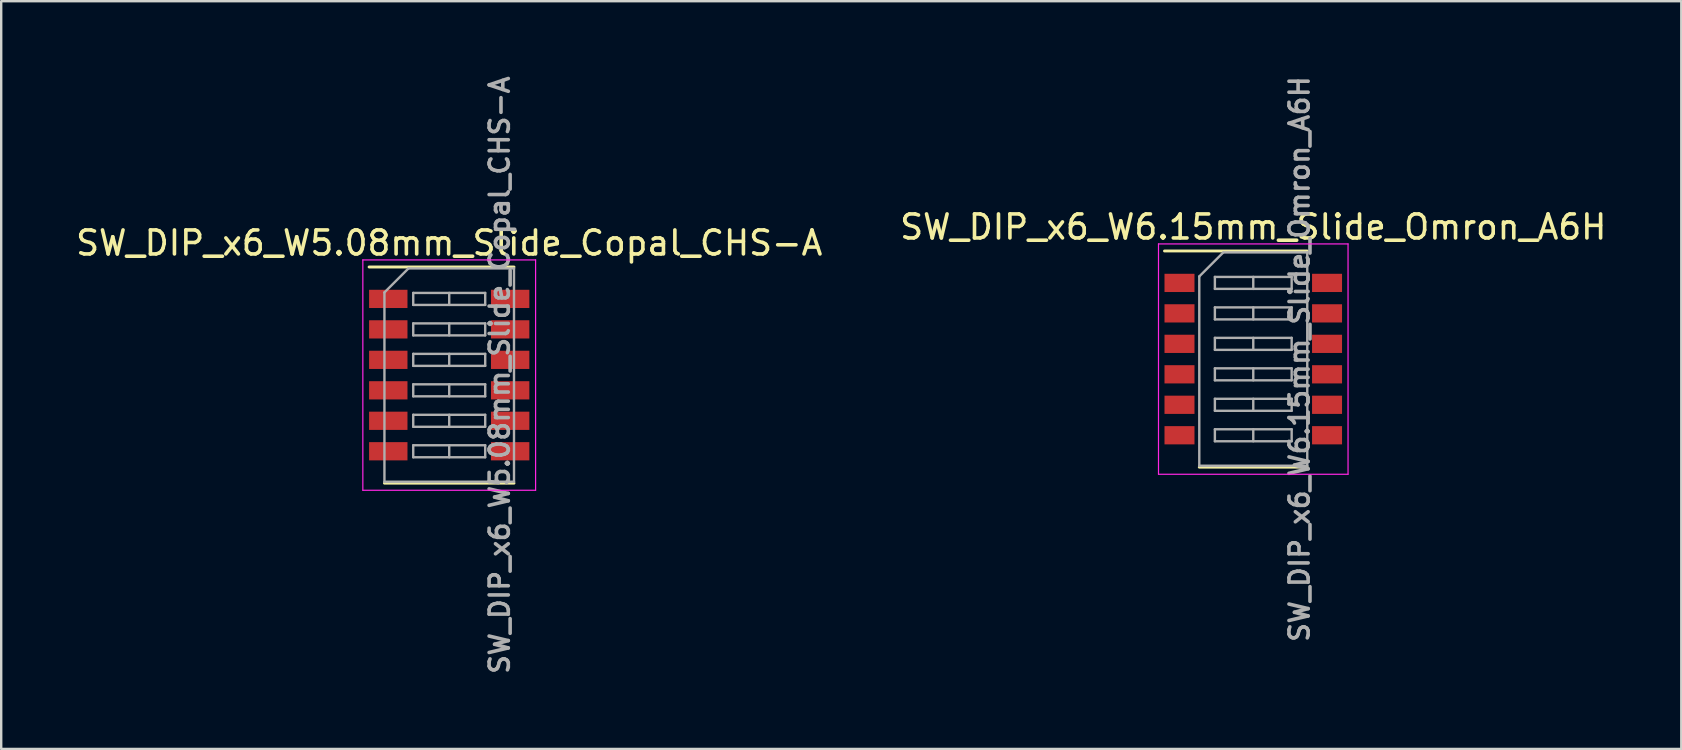
<source format=kicad_pcb>
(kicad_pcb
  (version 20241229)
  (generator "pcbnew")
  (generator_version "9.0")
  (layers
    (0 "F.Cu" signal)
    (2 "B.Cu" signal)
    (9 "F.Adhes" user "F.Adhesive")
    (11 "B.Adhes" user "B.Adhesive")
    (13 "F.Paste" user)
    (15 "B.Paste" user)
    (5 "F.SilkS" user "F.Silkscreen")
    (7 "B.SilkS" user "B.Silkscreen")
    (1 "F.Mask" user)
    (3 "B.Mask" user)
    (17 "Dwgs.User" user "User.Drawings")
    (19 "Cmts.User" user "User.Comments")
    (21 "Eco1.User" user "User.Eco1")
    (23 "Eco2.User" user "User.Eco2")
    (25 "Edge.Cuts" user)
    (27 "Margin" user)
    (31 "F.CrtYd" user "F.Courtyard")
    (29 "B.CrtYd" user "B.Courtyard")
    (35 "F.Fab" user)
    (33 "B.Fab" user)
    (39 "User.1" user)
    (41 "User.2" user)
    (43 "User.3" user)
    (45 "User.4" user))
  (footprint "SW_DIP_x6_W5.08mm_Slide_Copal_CHS-A"
    (layer "F.Cu")
    (at 15.673 12.583)
    (property "Reference" "SW_DIP_x6_W5.08mm_Slide_Copal_CHS-A" (at 0 -5.505 0) (layer "F.SilkS") (effects (font (size 1 1) (thickness 0.15))))
    (attr smd)
    (fp_line (start -3.34 -4.505) (end 2.7 -4.505) (stroke (width 0.12) (type solid)) (layer "F.SilkS"))
    (fp_line (start -2.7 4.505) (end 2.7 4.505) (stroke (width 0.12) (type solid)) (layer "F.SilkS"))
    (fp_line (start -3.6 -4.8) (end -3.6 4.8) (stroke (width 0.05) (type solid)) (layer "F.CrtYd"))
    (fp_line (start -3.6 4.8) (end 3.6 4.8) (stroke (width 0.05) (type solid)) (layer "F.CrtYd"))
    (fp_line (start 3.6 -4.8) (end -3.6 -4.8) (stroke (width 0.05) (type solid)) (layer "F.CrtYd"))
    (fp_line (start 3.6 4.8) (end 3.6 -4.8) (stroke (width 0.05) (type solid)) (layer "F.CrtYd"))
    (fp_line (start -2.7 -3.445) (end -1.7 -4.445) (stroke (width 0.1) (type solid)) (layer "F.Fab"))
    (fp_line (start -2.7 4.445) (end -2.7 -3.445) (stroke (width 0.1) (type solid)) (layer "F.Fab"))
    (fp_line (start -1.7 -4.445) (end 2.7 -4.445) (stroke (width 0.1) (type solid)) (layer "F.Fab"))
    (fp_line (start -1.5 -3.425) (end -1.5 -2.925) (stroke (width 0.1) (type solid)) (layer "F.Fab"))
    (fp_line (start -1.5 -2.925) (end 1.5 -2.925) (stroke (width 0.1) (type solid)) (layer "F.Fab"))
    (fp_line (start -1.5 -2.155) (end -1.5 -1.655) (stroke (width 0.1) (type solid)) (layer "F.Fab"))
    (fp_line (start -1.5 -1.655) (end 1.5 -1.655) (stroke (width 0.1) (type solid)) (layer "F.Fab"))
    (fp_line (start -1.5 -0.885) (end -1.5 -0.385) (stroke (width 0.1) (type solid)) (layer "F.Fab"))
    (fp_line (start -1.5 -0.385) (end 1.5 -0.385) (stroke (width 0.1) (type solid)) (layer "F.Fab"))
    (fp_line (start -1.5 0.385) (end -1.5 0.885) (stroke (width 0.1) (type solid)) (layer "F.Fab"))
    (fp_line (start -1.5 0.885) (end 1.5 0.885) (stroke (width 0.1) (type solid)) (layer "F.Fab"))
    (fp_line (start -1.5 1.655) (end -1.5 2.155) (stroke (width 0.1) (type solid)) (layer "F.Fab"))
    (fp_line (start -1.5 2.155) (end 1.5 2.155) (stroke (width 0.1) (type solid)) (layer "F.Fab"))
    (fp_line (start -1.5 2.925) (end -1.5 3.425) (stroke (width 0.1) (type solid)) (layer "F.Fab"))
    (fp_line (start -1.5 3.425) (end 1.5 3.425) (stroke (width 0.1) (type solid)) (layer "F.Fab"))
    (fp_line (start 0 -3.425) (end 0 -2.925) (stroke (width 0.1) (type solid)) (layer "F.Fab"))
    (fp_line (start 0 -2.155) (end 0 -1.655) (stroke (width 0.1) (type solid)) (layer "F.Fab"))
    (fp_line (start 0 -0.885) (end 0 -0.385) (stroke (width 0.1) (type solid)) (layer "F.Fab"))
    (fp_line (start 0 0.385) (end 0 0.885) (stroke (width 0.1) (type solid)) (layer "F.Fab"))
    (fp_line (start 0 1.655) (end 0 2.155) (stroke (width 0.1) (type solid)) (layer "F.Fab"))
    (fp_line (start 0 2.925) (end 0 3.425) (stroke (width 0.1) (type solid)) (layer "F.Fab"))
    (fp_line (start 1.5 -3.425) (end -1.5 -3.425) (stroke (width 0.1) (type solid)) (layer "F.Fab"))
    (fp_line (start 1.5 -2.925) (end 1.5 -3.425) (stroke (width 0.1) (type solid)) (layer "F.Fab"))
    (fp_line (start 1.5 -2.155) (end -1.5 -2.155) (stroke (width 0.1) (type solid)) (layer "F.Fab"))
    (fp_line (start 1.5 -1.655) (end 1.5 -2.155) (stroke (width 0.1) (type solid)) (layer "F.Fab"))
    (fp_line (start 1.5 -0.885) (end -1.5 -0.885) (stroke (width 0.1) (type solid)) (layer "F.Fab"))
    (fp_line (start 1.5 -0.385) (end 1.5 -0.885) (stroke (width 0.1) (type solid)) (layer "F.Fab"))
    (fp_line (start 1.5 0.385) (end -1.5 0.385) (stroke (width 0.1) (type solid)) (layer "F.Fab"))
    (fp_line (start 1.5 0.885) (end 1.5 0.385) (stroke (width 0.1) (type solid)) (layer "F.Fab"))
    (fp_line (start 1.5 1.655) (end -1.5 1.655) (stroke (width 0.1) (type solid)) (layer "F.Fab"))
    (fp_line (start 1.5 2.155) (end 1.5 1.655) (stroke (width 0.1) (type solid)) (layer "F.Fab"))
    (fp_line (start 1.5 2.925) (end -1.5 2.925) (stroke (width 0.1) (type solid)) (layer "F.Fab"))
    (fp_line (start 1.5 3.425) (end 1.5 2.925) (stroke (width 0.1) (type solid)) (layer "F.Fab"))
    (fp_line (start 2.7 -4.445) (end 2.7 4.445) (stroke (width 0.1) (type solid)) (layer "F.Fab"))
    (fp_line (start 2.7 4.445) (end -2.7 4.445) (stroke (width 0.1) (type solid)) (layer "F.Fab"))
    (fp_text user "${REFERENCE}" (at 2.1 0 90) (layer "F.Fab") (effects (font (size 0.8 0.8) (thickness 0.15))))
    (pad "1" smd rect (at -2.54 -3.175) (size 1.6 0.76) (layers "F.Cu" "F.Mask" "F.Paste"))
    (pad "2" smd rect (at -2.54 -1.905) (size 1.6 0.76) (layers "F.Cu" "F.Mask" "F.Paste"))
    (pad "3" smd rect (at -2.54 -0.635) (size 1.6 0.76) (layers "F.Cu" "F.Mask" "F.Paste"))
    (pad "4" smd rect (at -2.54 0.635) (size 1.6 0.76) (layers "F.Cu" "F.Mask" "F.Paste"))
    (pad "5" smd rect (at -2.54 1.905) (size 1.6 0.76) (layers "F.Cu" "F.Mask" "F.Paste"))
    (pad "6" smd rect (at -2.54 3.175) (size 1.6 0.76) (layers "F.Cu" "F.Mask" "F.Paste"))
    (pad "7" smd rect (at 2.54 3.175) (size 1.6 0.76) (layers "F.Cu" "F.Mask" "F.Paste"))
    (pad "8" smd rect (at 2.54 1.905) (size 1.6 0.76) (layers "F.Cu" "F.Mask" "F.Paste"))
    (pad "9" smd rect (at 2.54 0.635) (size 1.6 0.76) (layers "F.Cu" "F.Mask" "F.Paste"))
    (pad "10" smd rect (at 2.54 -0.635) (size 1.6 0.76) (layers "F.Cu" "F.Mask" "F.Paste"))
    (pad "11" smd rect (at 2.54 -1.905) (size 1.6 0.76) (layers "F.Cu" "F.Mask" "F.Paste"))
    (pad "12" smd rect (at 2.54 -3.175) (size 1.6 0.76) (layers "F.Cu" "F.Mask" "F.Paste")))
  (footprint "SW_DIP_x6_W6.15mm_Slide_Omron_A6H"
    (layer "F.Cu")
    (at 49.185 11.916)
    (property "Reference" "SW_DIP_x6_W6.15mm_Slide_Omron_A6H" (at 0 -5.505 0) (layer "F.SilkS") (effects (font (size 1 1) (thickness 0.15))))
    (attr smd)
    (fp_line (start -3.7 -4.505) (end 2.25 -4.505) (stroke (width 0.12) (type solid)) (layer "F.SilkS"))
    (fp_line (start -2.25 4.505) (end 2.25 4.505) (stroke (width 0.12) (type solid)) (layer "F.SilkS"))
    (fp_line (start -3.95 -4.8) (end -3.95 4.8) (stroke (width 0.05) (type solid)) (layer "F.CrtYd"))
    (fp_line (start -3.95 4.8) (end 3.95 4.8) (stroke (width 0.05) (type solid)) (layer "F.CrtYd"))
    (fp_line (start 3.95 -4.8) (end -3.95 -4.8) (stroke (width 0.05) (type solid)) (layer "F.CrtYd"))
    (fp_line (start 3.95 4.8) (end 3.95 -4.8) (stroke (width 0.05) (type solid)) (layer "F.CrtYd"))
    (fp_line (start -2.25 -3.445) (end -1.25 -4.445) (stroke (width 0.1) (type solid)) (layer "F.Fab"))
    (fp_line (start -2.25 4.445) (end -2.25 -3.445) (stroke (width 0.1) (type solid)) (layer "F.Fab"))
    (fp_line (start -1.6 -3.425) (end -1.6 -2.925) (stroke (width 0.1) (type solid)) (layer "F.Fab"))
    (fp_line (start -1.6 -2.925) (end 1.6 -2.925) (stroke (width 0.1) (type solid)) (layer "F.Fab"))
    (fp_line (start -1.6 -2.155) (end -1.6 -1.655) (stroke (width 0.1) (type solid)) (layer "F.Fab"))
    (fp_line (start -1.6 -1.655) (end 1.6 -1.655) (stroke (width 0.1) (type solid)) (layer "F.Fab"))
    (fp_line (start -1.6 -0.885) (end -1.6 -0.385) (stroke (width 0.1) (type solid)) (layer "F.Fab"))
    (fp_line (start -1.6 -0.385) (end 1.6 -0.385) (stroke (width 0.1) (type solid)) (layer "F.Fab"))
    (fp_line (start -1.6 0.385) (end -1.6 0.885) (stroke (width 0.1) (type solid)) (layer "F.Fab"))
    (fp_line (start -1.6 0.885) (end 1.6 0.885) (stroke (width 0.1) (type solid)) (layer "F.Fab"))
    (fp_line (start -1.6 1.655) (end -1.6 2.155) (stroke (width 0.1) (type solid)) (layer "F.Fab"))
    (fp_line (start -1.6 2.155) (end 1.6 2.155) (stroke (width 0.1) (type solid)) (layer "F.Fab"))
    (fp_line (start -1.6 2.925) (end -1.6 3.425) (stroke (width 0.1) (type solid)) (layer "F.Fab"))
    (fp_line (start -1.6 3.425) (end 1.6 3.425) (stroke (width 0.1) (type solid)) (layer "F.Fab"))
    (fp_line (start -1.25 -4.445) (end 2.25 -4.445) (stroke (width 0.1) (type solid)) (layer "F.Fab"))
    (fp_line (start 0 -3.425) (end 0 -2.925) (stroke (width 0.1) (type solid)) (layer "F.Fab"))
    (fp_line (start 0 -2.155) (end 0 -1.655) (stroke (width 0.1) (type solid)) (layer "F.Fab"))
    (fp_line (start 0 -0.885) (end 0 -0.385) (stroke (width 0.1) (type solid)) (layer "F.Fab"))
    (fp_line (start 0 0.385) (end 0 0.885) (stroke (width 0.1) (type solid)) (layer "F.Fab"))
    (fp_line (start 0 1.655) (end 0 2.155) (stroke (width 0.1) (type solid)) (layer "F.Fab"))
    (fp_line (start 0 2.925) (end 0 3.425) (stroke (width 0.1) (type solid)) (layer "F.Fab"))
    (fp_line (start 1.6 -3.425) (end -1.6 -3.425) (stroke (width 0.1) (type solid)) (layer "F.Fab"))
    (fp_line (start 1.6 -2.925) (end 1.6 -3.425) (stroke (width 0.1) (type solid)) (layer "F.Fab"))
    (fp_line (start 1.6 -2.155) (end -1.6 -2.155) (stroke (width 0.1) (type solid)) (layer "F.Fab"))
    (fp_line (start 1.6 -1.655) (end 1.6 -2.155) (stroke (width 0.1) (type solid)) (layer "F.Fab"))
    (fp_line (start 1.6 -0.885) (end -1.6 -0.885) (stroke (width 0.1) (type solid)) (layer "F.Fab"))
    (fp_line (start 1.6 -0.385) (end 1.6 -0.885) (stroke (width 0.1) (type solid)) (layer "F.Fab"))
    (fp_line (start 1.6 0.385) (end -1.6 0.385) (stroke (width 0.1) (type solid)) (layer "F.Fab"))
    (fp_line (start 1.6 0.885) (end 1.6 0.385) (stroke (width 0.1) (type solid)) (layer "F.Fab"))
    (fp_line (start 1.6 1.655) (end -1.6 1.655) (stroke (width 0.1) (type solid)) (layer "F.Fab"))
    (fp_line (start 1.6 2.155) (end 1.6 1.655) (stroke (width 0.1) (type solid)) (layer "F.Fab"))
    (fp_line (start 1.6 2.925) (end -1.6 2.925) (stroke (width 0.1) (type solid)) (layer "F.Fab"))
    (fp_line (start 1.6 3.425) (end 1.6 2.925) (stroke (width 0.1) (type solid)) (layer "F.Fab"))
    (fp_line (start 2.25 -4.445) (end 2.25 4.445) (stroke (width 0.1) (type solid)) (layer "F.Fab"))
    (fp_line (start 2.25 4.445) (end -2.25 4.445) (stroke (width 0.1) (type solid)) (layer "F.Fab"))
    (fp_text user "${REFERENCE}" (at 1.925 0 90) (layer "F.Fab") (effects (font (size 0.8 0.8) (thickness 0.15))))
    (pad "1" smd rect (at -3.075 -3.175) (size 1.25 0.76) (layers "F.Cu" "F.Mask" "F.Paste"))
    (pad "2" smd rect (at -3.075 -1.905) (size 1.25 0.76) (layers "F.Cu" "F.Mask" "F.Paste"))
    (pad "3" smd rect (at -3.075 -0.635) (size 1.25 0.76) (layers "F.Cu" "F.Mask" "F.Paste"))
    (pad "4" smd rect (at -3.075 0.635) (size 1.25 0.76) (layers "F.Cu" "F.Mask" "F.Paste"))
    (pad "5" smd rect (at -3.075 1.905) (size 1.25 0.76) (layers "F.Cu" "F.Mask" "F.Paste"))
    (pad "6" smd rect (at -3.075 3.175) (size 1.25 0.76) (layers "F.Cu" "F.Mask" "F.Paste"))
    (pad "7" smd rect (at 3.075 3.175) (size 1.25 0.76) (layers "F.Cu" "F.Mask" "F.Paste"))
    (pad "8" smd rect (at 3.075 1.905) (size 1.25 0.76) (layers "F.Cu" "F.Mask" "F.Paste"))
    (pad "9" smd rect (at 3.075 0.635) (size 1.25 0.76) (layers "F.Cu" "F.Mask" "F.Paste"))
    (pad "10" smd rect (at 3.075 -0.635) (size 1.25 0.76) (layers "F.Cu" "F.Mask" "F.Paste"))
    (pad "11" smd rect (at 3.075 -1.905) (size 1.25 0.76) (layers "F.Cu" "F.Mask" "F.Paste"))
    (pad "12" smd rect (at 3.075 -3.175) (size 1.25 0.76) (layers "F.Cu" "F.Mask" "F.Paste")))
  (gr_rect
    (start -3 -3)
    (end 67.024 28.166)
    (stroke (width 0.1) (type default))
    (fill no)
    (layer "Edge.Cuts")))
</source>
